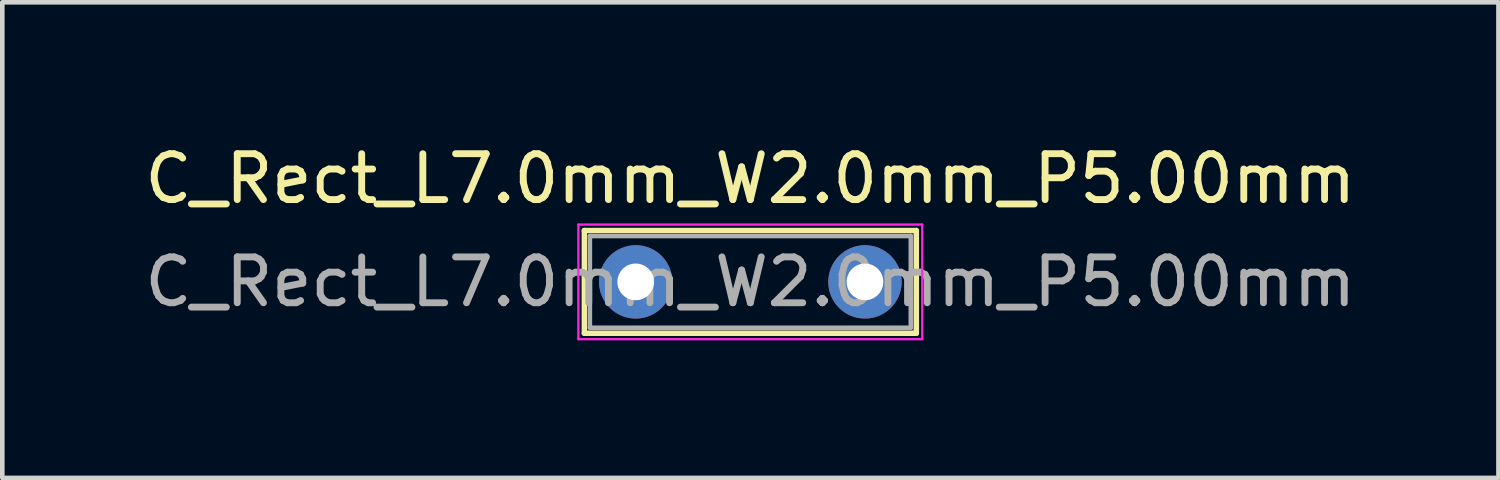
<source format=kicad_pcb>
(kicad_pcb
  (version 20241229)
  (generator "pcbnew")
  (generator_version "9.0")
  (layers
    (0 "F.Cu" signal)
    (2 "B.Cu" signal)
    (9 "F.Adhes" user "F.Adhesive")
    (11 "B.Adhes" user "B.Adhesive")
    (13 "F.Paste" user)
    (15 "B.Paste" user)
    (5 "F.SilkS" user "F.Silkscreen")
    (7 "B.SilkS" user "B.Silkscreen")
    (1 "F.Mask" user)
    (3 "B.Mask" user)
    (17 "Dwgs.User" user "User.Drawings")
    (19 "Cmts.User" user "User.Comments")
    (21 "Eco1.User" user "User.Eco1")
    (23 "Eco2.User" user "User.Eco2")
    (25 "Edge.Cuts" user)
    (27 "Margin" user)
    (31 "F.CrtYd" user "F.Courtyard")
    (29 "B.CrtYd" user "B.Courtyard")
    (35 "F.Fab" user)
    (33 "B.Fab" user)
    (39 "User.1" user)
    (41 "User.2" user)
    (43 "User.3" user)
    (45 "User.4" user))
  (footprint "C_Rect_L7.0mm_W2.0mm_P5.00mm"
    (layer "F.Cu")
    (at 10.815 3.098)
    (property "Reference" "C_Rect_L7.0mm_W2.0mm_P5.00mm" (at 2.5 -2.25 0) (layer "F.SilkS") (effects (font (size 1 1) (thickness 0.15))))
    (attr through_hole)
    (fp_line (start -1.12 -1.12) (end -1.12 1.12) (stroke (width 0.12) (type solid)) (layer "F.SilkS"))
    (fp_line (start -1.12 -1.12) (end 6.12 -1.12) (stroke (width 0.12) (type solid)) (layer "F.SilkS"))
    (fp_line (start -1.12 1.12) (end 6.12 1.12) (stroke (width 0.12) (type solid)) (layer "F.SilkS"))
    (fp_line (start 6.12 -1.12) (end 6.12 1.12) (stroke (width 0.12) (type solid)) (layer "F.SilkS"))
    (fp_line (start -1.25 -1.25) (end -1.25 1.25) (stroke (width 0.05) (type solid)) (layer "F.CrtYd"))
    (fp_line (start -1.25 1.25) (end 6.25 1.25) (stroke (width 0.05) (type solid)) (layer "F.CrtYd"))
    (fp_line (start 6.25 -1.25) (end -1.25 -1.25) (stroke (width 0.05) (type solid)) (layer "F.CrtYd"))
    (fp_line (start 6.25 1.25) (end 6.25 -1.25) (stroke (width 0.05) (type solid)) (layer "F.CrtYd"))
    (fp_line (start -1 -1) (end -1 1) (stroke (width 0.1) (type solid)) (layer "F.Fab"))
    (fp_line (start -1 1) (end 6 1) (stroke (width 0.1) (type solid)) (layer "F.Fab"))
    (fp_line (start 6 -1) (end -1 -1) (stroke (width 0.1) (type solid)) (layer "F.Fab"))
    (fp_line (start 6 1) (end 6 -1) (stroke (width 0.1) (type solid)) (layer "F.Fab"))
    (fp_text user "${REFERENCE}" (at 2.5 0 0) (layer "F.Fab") (effects (font (size 1 1) (thickness 0.15))))
    (pad "1" thru_hole circle (at 0 0) (size 1.6 1.6) (drill 0.8) (layers "*.Cu" "*.Mask"))
    (pad "2" thru_hole circle (at 5 0) (size 1.6 1.6) (drill 0.8) (layers "*.Cu" "*.Mask")))
  (gr_rect
    (start -3 -3)
    (end 29.631 7.373)
    (stroke (width 0.1) (type default))
    (fill no)
    (layer "Edge.Cuts")))
</source>
